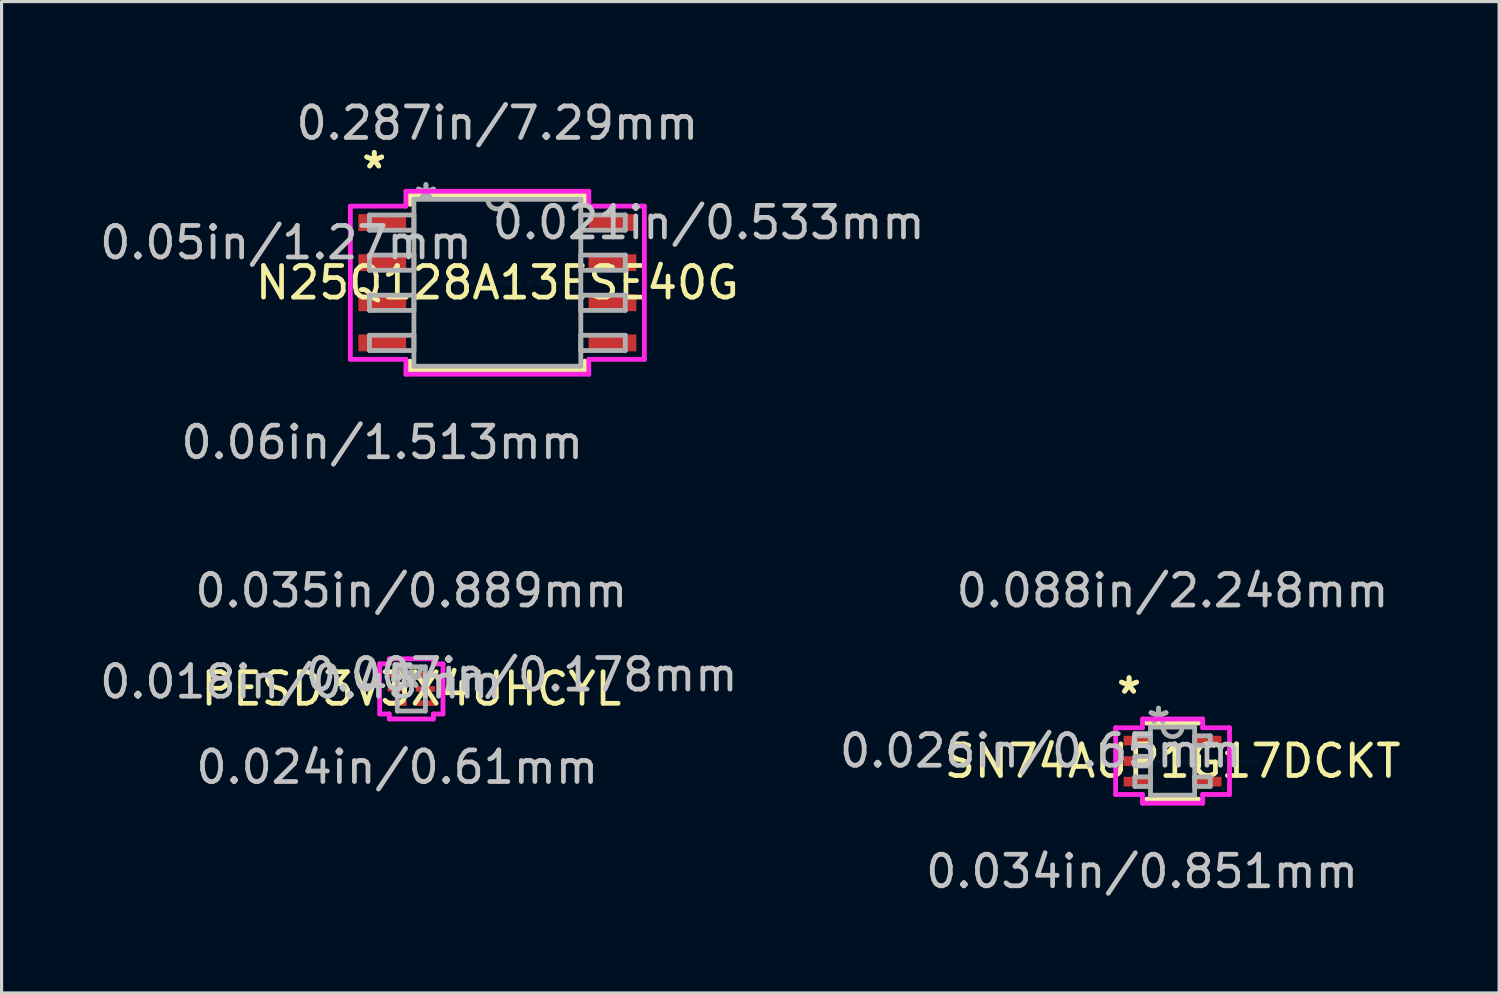
<source format=kicad_pcb>
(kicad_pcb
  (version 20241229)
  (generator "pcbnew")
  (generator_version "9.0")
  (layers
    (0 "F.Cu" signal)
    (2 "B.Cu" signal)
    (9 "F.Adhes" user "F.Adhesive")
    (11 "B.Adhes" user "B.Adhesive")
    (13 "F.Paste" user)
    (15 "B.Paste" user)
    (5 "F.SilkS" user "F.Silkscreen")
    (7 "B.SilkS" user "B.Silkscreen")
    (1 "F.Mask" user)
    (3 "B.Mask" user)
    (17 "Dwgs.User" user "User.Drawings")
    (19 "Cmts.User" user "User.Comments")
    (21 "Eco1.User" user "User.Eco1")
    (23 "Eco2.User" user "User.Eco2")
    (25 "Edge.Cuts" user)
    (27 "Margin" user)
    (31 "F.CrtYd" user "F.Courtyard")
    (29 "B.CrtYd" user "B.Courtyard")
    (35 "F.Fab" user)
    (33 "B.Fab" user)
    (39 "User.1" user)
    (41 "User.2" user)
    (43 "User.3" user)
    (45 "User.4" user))
  (footprint "PESD3V3X4UHCYL"
    (layer "F.Cu")
    (at 9.975 18.765)
    (property "Reference" "PESD3V3X4UHCYL" (at 0 0 0) (layer "F.SilkS") (effects (font (size 1 1) (thickness 0.15))))
    (attr through_hole)
    (fp_arc (start -1.0759 -0.5262) (mid -0.999948 -0.45614) (end -1.06366 -0.374789) (stroke (width 0.1524) (type solid)) (layer "F.SilkS"))
    (fp_line (start -1.003 -0.793) (end -0.699 -0.793) (stroke (width 0.152) (type solid)) (layer "F.CrtYd"))
    (fp_line (start -1.003 0.793) (end -1.003 -0.793) (stroke (width 0.152) (type solid)) (layer "F.CrtYd"))
    (fp_line (start -0.699 -0.953) (end 0.699 -0.953) (stroke (width 0.152) (type solid)) (layer "F.CrtYd"))
    (fp_line (start -0.699 -0.793) (end -0.699 -0.953) (stroke (width 0.152) (type solid)) (layer "F.CrtYd"))
    (fp_line (start -0.699 0.793) (end -1.003 0.793) (stroke (width 0.152) (type solid)) (layer "F.CrtYd"))
    (fp_line (start -0.699 0.953) (end -0.699 0.793) (stroke (width 0.152) (type solid)) (layer "F.CrtYd"))
    (fp_line (start 0.699 -0.953) (end 0.699 -0.793) (stroke (width 0.152) (type solid)) (layer "F.CrtYd"))
    (fp_line (start 0.699 -0.793) (end 1.003 -0.793) (stroke (width 0.152) (type solid)) (layer "F.CrtYd"))
    (fp_line (start 0.699 0.793) (end 0.699 0.953) (stroke (width 0.152) (type solid)) (layer "F.CrtYd"))
    (fp_line (start 0.699 0.953) (end -0.699 0.953) (stroke (width 0.152) (type solid)) (layer "F.CrtYd"))
    (fp_line (start 1.003 -0.793) (end 1.003 0.793) (stroke (width 0.152) (type solid)) (layer "F.CrtYd"))
    (fp_line (start 1.003 0.793) (end 0.699 0.793) (stroke (width 0.152) (type solid)) (layer "F.CrtYd"))
    (fp_line (start -0.445 -0.699) (end -0.445 0.699) (stroke (width 0.152) (type solid)) (layer "F.Fab"))
    (fp_line (start -0.445 0.699) (end 0.445 0.699) (stroke (width 0.152) (type solid)) (layer "F.Fab"))
    (fp_line (start 0.445 -0.699) (end -0.445 -0.699) (stroke (width 0.152) (type solid)) (layer "F.Fab"))
    (fp_line (start 0.445 0.699) (end 0.445 -0.699) (stroke (width 0.152) (type solid)) (layer "F.Fab"))
    (fp_arc (start 0.3048 -0.6985) (mid 0 -0.3937) (end -0.3048 -0.6985) (stroke (width 0.1524) (type solid)) (layer "F.Fab"))
    (fp_circle (center -0.14 -0.45) (end -0.14 -0.45) (stroke (width 0.152) (type solid)) (fill no) (layer "F.Fab"))
    (fp_text user "*" (at 0 0 0) (layer "F.SilkS") (effects (font (size 1 1) (thickness 0.15))))
    (fp_text user "0.007in/0.178mm" (at 3.493 -0.45 0) (layer "Dwgs.User") (effects (font (size 1 1) (thickness 0.15))))
    (fp_text user "0.018in/0.45mm" (at -3.493 -0.225 0) (layer "Dwgs.User") (effects (font (size 1 1) (thickness 0.15))))
    (fp_text user "0.035in/0.889mm" (at 0 -3.111 0) (layer "Dwgs.User") (effects (font (size 1 1) (thickness 0.15))))
    (fp_text user "0.024in/0.61mm" (at -0.445 2.477 0) (layer "Dwgs.User") (effects (font (size 1 1) (thickness 0.15))))
    (fp_text user "Copyright 2016 Accelerated Designs. All rights reserved." (at 0 0 0) (layer "Cmts.User") (effects (font (size 0.127 0.127) (thickness 0.002))))
    (fp_text user "*" (at 0 0 0) (layer "F.Fab") (effects (font (size 1 1) (thickness 0.15))))
    (pad "1" smd rect (at -0.445 -0.45) (size 0.61 0.178) (layers "F.Cu" "F.Mask" "F.Paste"))
    (pad "2" smd rect (at -0.445 0) (size 0.61 0.178) (layers "F.Cu" "F.Mask" "F.Paste"))
    (pad "3" smd rect (at -0.445 0.45) (size 0.61 0.178) (layers "F.Cu" "F.Mask" "F.Paste"))
    (pad "4" smd rect (at 0.445 0.45) (size 0.61 0.178) (layers "F.Cu" "F.Mask" "F.Paste"))
    (pad "5" smd rect (at 0.445 0) (size 0.61 0.178) (layers "F.Cu" "F.Mask" "F.Paste"))
    (pad "6" smd rect (at 0.445 -0.45) (size 0.61 0.178) (layers "F.Cu" "F.Mask" "F.Paste")))
  (footprint "SN74AUP1G17DCKT"
    (layer "F.Cu")
    (at 34.08 21.051)
    (property "Reference" "SN74AUP1G17DCKT" (at 0 0 0) (layer "F.SilkS") (effects (font (size 1 1) (thickness 0.15))))
    (attr through_hole)
    (fp_line (start -0.826 1.206) (end 0.826 1.206) (stroke (width 0.152) (type solid)) (layer "F.SilkS"))
    (fp_line (start 0.826 -1.206) (end -0.826 -1.206) (stroke (width 0.152) (type solid)) (layer "F.SilkS"))
    (fp_line (start 0.826 0.165) (end 0.826 -0.165) (stroke (width 0.152) (type solid)) (layer "F.SilkS"))
    (fp_line (start -1.803 -1.056) (end -0.953 -1.056) (stroke (width 0.152) (type solid)) (layer "F.CrtYd"))
    (fp_line (start -1.803 1.056) (end -1.803 -1.056) (stroke (width 0.152) (type solid)) (layer "F.CrtYd"))
    (fp_line (start -0.953 -1.333) (end 0.953 -1.333) (stroke (width 0.152) (type solid)) (layer "F.CrtYd"))
    (fp_line (start -0.953 -1.056) (end -0.953 -1.333) (stroke (width 0.152) (type solid)) (layer "F.CrtYd"))
    (fp_line (start -0.953 1.056) (end -1.803 1.056) (stroke (width 0.152) (type solid)) (layer "F.CrtYd"))
    (fp_line (start -0.953 1.333) (end -0.953 1.056) (stroke (width 0.152) (type solid)) (layer "F.CrtYd"))
    (fp_line (start 0.953 -1.333) (end 0.953 -1.056) (stroke (width 0.152) (type solid)) (layer "F.CrtYd"))
    (fp_line (start 0.953 -1.056) (end 1.803 -1.056) (stroke (width 0.152) (type solid)) (layer "F.CrtYd"))
    (fp_line (start 0.953 1.056) (end 0.953 1.333) (stroke (width 0.152) (type solid)) (layer "F.CrtYd"))
    (fp_line (start 0.953 1.333) (end -0.953 1.333) (stroke (width 0.152) (type solid)) (layer "F.CrtYd"))
    (fp_line (start 1.803 -1.056) (end 1.803 1.056) (stroke (width 0.152) (type solid)) (layer "F.CrtYd"))
    (fp_line (start 1.803 1.056) (end 0.953 1.056) (stroke (width 0.152) (type solid)) (layer "F.CrtYd"))
    (fp_line (start -1.194 -0.802) (end -1.194 -0.498) (stroke (width 0.152) (type solid)) (layer "F.Fab"))
    (fp_line (start -1.194 -0.498) (end -0.699 -0.498) (stroke (width 0.152) (type solid)) (layer "F.Fab"))
    (fp_line (start -1.194 -0.152) (end -1.194 0.152) (stroke (width 0.152) (type solid)) (layer "F.Fab"))
    (fp_line (start -1.194 0.152) (end -0.699 0.152) (stroke (width 0.152) (type solid)) (layer "F.Fab"))
    (fp_line (start -1.194 0.498) (end -1.194 0.802) (stroke (width 0.152) (type solid)) (layer "F.Fab"))
    (fp_line (start -1.194 0.802) (end -0.699 0.802) (stroke (width 0.152) (type solid)) (layer "F.Fab"))
    (fp_line (start -0.699 -1.079) (end -0.699 1.079) (stroke (width 0.152) (type solid)) (layer "F.Fab"))
    (fp_line (start -0.699 -0.802) (end -1.194 -0.802) (stroke (width 0.152) (type solid)) (layer "F.Fab"))
    (fp_line (start -0.699 -0.498) (end -0.699 -0.802) (stroke (width 0.152) (type solid)) (layer "F.Fab"))
    (fp_line (start -0.699 -0.152) (end -1.194 -0.152) (stroke (width 0.152) (type solid)) (layer "F.Fab"))
    (fp_line (start -0.699 0.152) (end -0.699 -0.152) (stroke (width 0.152) (type solid)) (layer "F.Fab"))
    (fp_line (start -0.699 0.498) (end -1.194 0.498) (stroke (width 0.152) (type solid)) (layer "F.Fab"))
    (fp_line (start -0.699 0.802) (end -0.699 0.498) (stroke (width 0.152) (type solid)) (layer "F.Fab"))
    (fp_line (start -0.699 1.079) (end 0.699 1.079) (stroke (width 0.152) (type solid)) (layer "F.Fab"))
    (fp_line (start 0.699 -1.079) (end -0.699 -1.079) (stroke (width 0.152) (type solid)) (layer "F.Fab"))
    (fp_line (start 0.699 -0.802) (end 0.699 -0.498) (stroke (width 0.152) (type solid)) (layer "F.Fab"))
    (fp_line (start 0.699 -0.498) (end 1.194 -0.498) (stroke (width 0.152) (type solid)) (layer "F.Fab"))
    (fp_line (start 0.699 0.498) (end 0.699 0.802) (stroke (width 0.152) (type solid)) (layer "F.Fab"))
    (fp_line (start 0.699 0.802) (end 1.194 0.802) (stroke (width 0.152) (type solid)) (layer "F.Fab"))
    (fp_line (start 0.699 1.079) (end 0.699 -1.079) (stroke (width 0.152) (type solid)) (layer "F.Fab"))
    (fp_line (start 1.194 -0.802) (end 0.699 -0.802) (stroke (width 0.152) (type solid)) (layer "F.Fab"))
    (fp_line (start 1.194 -0.498) (end 1.194 -0.802) (stroke (width 0.152) (type solid)) (layer "F.Fab"))
    (fp_line (start 1.194 0.498) (end 0.699 0.498) (stroke (width 0.152) (type solid)) (layer "F.Fab"))
    (fp_line (start 1.194 0.802) (end 1.194 0.498) (stroke (width 0.152) (type solid)) (layer "F.Fab"))
    (fp_arc (start 0.3048 -1.0795) (mid 0 -0.7747) (end -0.3048 -1.0795) (stroke (width 0.1524) (type solid)) (layer "F.Fab"))
    (fp_text user "*" (at -1.378 -2.098 0) (layer "F.SilkS") (effects (font (size 1 1) (thickness 0.15))))
    (fp_text user "*" (at -1.378 -2.098 0) (layer "F.SilkS") (effects (font (size 1 1) (thickness 0.15))))
    (fp_text user "0.088in/2.248mm" (at 0 -5.397 0) (layer "Dwgs.User") (effects (font (size 1 1) (thickness 0.15))))
    (fp_text user "0.026in/0.65mm" (at -4.172 -0.325 0) (layer "Dwgs.User") (effects (font (size 1 1) (thickness 0.15))))
    (fp_text user "0.034in/0.851mm" (at -0.965 3.493 0) (layer "Dwgs.User") (effects (font (size 1 1) (thickness 0.15))))
    (fp_text user "Copyright 2016 Accelerated Designs. All rights reserved." (at 0 0 0) (layer "Cmts.User") (effects (font (size 0.127 0.127) (thickness 0.002))))
    (fp_text user "*" (at -0.445 -1.133 0) (layer "F.Fab") (effects (font (size 1 1) (thickness 0.15))))
    (fp_text user "*" (at -0.445 -1.133 0) (layer "F.Fab") (effects (font (size 1 1) (thickness 0.15))))
    (pad "1" smd rect (at -1.124 -0.65) (size 0.851 0.305) (layers "F.Cu" "F.Mask" "F.Paste"))
    (pad "2" smd rect (at -1.124 0) (size 0.851 0.305) (layers "F.Cu" "F.Mask" "F.Paste"))
    (pad "3" smd rect (at -1.124 0.65) (size 0.851 0.305) (layers "F.Cu" "F.Mask" "F.Paste"))
    (pad "4" smd rect (at 1.124 0.65) (size 0.851 0.305) (layers "F.Cu" "F.Mask" "F.Paste"))
    (pad "5" smd rect (at 1.124 -0.65) (size 0.851 0.305) (layers "F.Cu" "F.Mask" "F.Paste")))
  (footprint "N25Q128A13ESE40G"
    (layer "F.Cu")
    (at 12.699 5.903)
    (property "Reference" "N25Q128A13ESE40G" (at 0 0 0) (layer "F.SilkS") (effects (font (size 1 1) (thickness 0.15))))
    (attr through_hole)
    (fp_line (start -2.769 -2.769) (end -2.769 -2.482) (stroke (width 0.152) (type solid)) (layer "F.SilkS"))
    (fp_line (start -2.769 2.482) (end -2.769 2.769) (stroke (width 0.152) (type solid)) (layer "F.SilkS"))
    (fp_line (start -2.769 2.769) (end 2.769 2.769) (stroke (width 0.152) (type solid)) (layer "F.SilkS"))
    (fp_line (start 2.769 -2.769) (end -2.769 -2.769) (stroke (width 0.152) (type solid)) (layer "F.SilkS"))
    (fp_line (start 2.769 -2.482) (end 2.769 -2.769) (stroke (width 0.152) (type solid)) (layer "F.SilkS"))
    (fp_line (start 2.769 2.769) (end 2.769 2.482) (stroke (width 0.152) (type solid)) (layer "F.SilkS"))
    (fp_line (start -4.655 -2.425) (end -2.896 -2.425) (stroke (width 0.152) (type solid)) (layer "F.CrtYd"))
    (fp_line (start -4.655 2.425) (end -4.655 -2.425) (stroke (width 0.152) (type solid)) (layer "F.CrtYd"))
    (fp_line (start -2.896 -2.896) (end 2.896 -2.896) (stroke (width 0.152) (type solid)) (layer "F.CrtYd"))
    (fp_line (start -2.896 -2.425) (end -2.896 -2.896) (stroke (width 0.152) (type solid)) (layer "F.CrtYd"))
    (fp_line (start -2.896 2.425) (end -4.655 2.425) (stroke (width 0.152) (type solid)) (layer "F.CrtYd"))
    (fp_line (start -2.896 2.896) (end -2.896 2.425) (stroke (width 0.152) (type solid)) (layer "F.CrtYd"))
    (fp_line (start 2.896 -2.896) (end 2.896 -2.425) (stroke (width 0.152) (type solid)) (layer "F.CrtYd"))
    (fp_line (start 2.896 -2.425) (end 4.655 -2.425) (stroke (width 0.152) (type solid)) (layer "F.CrtYd"))
    (fp_line (start 2.896 2.425) (end 2.896 2.896) (stroke (width 0.152) (type solid)) (layer "F.CrtYd"))
    (fp_line (start 2.896 2.896) (end -2.896 2.896) (stroke (width 0.152) (type solid)) (layer "F.CrtYd"))
    (fp_line (start 4.655 -2.425) (end 4.655 2.425) (stroke (width 0.152) (type solid)) (layer "F.CrtYd"))
    (fp_line (start 4.655 2.425) (end 2.896 2.425) (stroke (width 0.152) (type solid)) (layer "F.CrtYd"))
    (fp_line (start -4.051 -2.146) (end -4.051 -1.664) (stroke (width 0.152) (type solid)) (layer "F.Fab"))
    (fp_line (start -4.051 -1.664) (end -2.642 -1.664) (stroke (width 0.152) (type solid)) (layer "F.Fab"))
    (fp_line (start -4.051 -0.876) (end -4.051 -0.394) (stroke (width 0.152) (type solid)) (layer "F.Fab"))
    (fp_line (start -4.051 -0.394) (end -2.642 -0.394) (stroke (width 0.152) (type solid)) (layer "F.Fab"))
    (fp_line (start -4.051 0.394) (end -4.051 0.876) (stroke (width 0.152) (type solid)) (layer "F.Fab"))
    (fp_line (start -4.051 0.876) (end -2.642 0.876) (stroke (width 0.152) (type solid)) (layer "F.Fab"))
    (fp_line (start -4.051 1.664) (end -4.051 2.146) (stroke (width 0.152) (type solid)) (layer "F.Fab"))
    (fp_line (start -4.051 2.146) (end -2.642 2.146) (stroke (width 0.152) (type solid)) (layer "F.Fab"))
    (fp_line (start -2.642 -2.642) (end -2.642 2.642) (stroke (width 0.152) (type solid)) (layer "F.Fab"))
    (fp_line (start -2.642 -2.146) (end -4.051 -2.146) (stroke (width 0.152) (type solid)) (layer "F.Fab"))
    (fp_line (start -2.642 -1.664) (end -2.642 -2.146) (stroke (width 0.152) (type solid)) (layer "F.Fab"))
    (fp_line (start -2.642 -0.876) (end -4.051 -0.876) (stroke (width 0.152) (type solid)) (layer "F.Fab"))
    (fp_line (start -2.642 -0.394) (end -2.642 -0.876) (stroke (width 0.152) (type solid)) (layer "F.Fab"))
    (fp_line (start -2.642 0.394) (end -4.051 0.394) (stroke (width 0.152) (type solid)) (layer "F.Fab"))
    (fp_line (start -2.642 0.876) (end -2.642 0.394) (stroke (width 0.152) (type solid)) (layer "F.Fab"))
    (fp_line (start -2.642 1.664) (end -4.051 1.664) (stroke (width 0.152) (type solid)) (layer "F.Fab"))
    (fp_line (start -2.642 2.146) (end -2.642 1.664) (stroke (width 0.152) (type solid)) (layer "F.Fab"))
    (fp_line (start -2.642 2.642) (end 2.642 2.642) (stroke (width 0.152) (type solid)) (layer "F.Fab"))
    (fp_line (start 2.642 -2.642) (end -2.642 -2.642) (stroke (width 0.152) (type solid)) (layer "F.Fab"))
    (fp_line (start 2.642 -2.146) (end 2.642 -1.664) (stroke (width 0.152) (type solid)) (layer "F.Fab"))
    (fp_line (start 2.642 -1.664) (end 4.051 -1.664) (stroke (width 0.152) (type solid)) (layer "F.Fab"))
    (fp_line (start 2.642 -0.876) (end 2.642 -0.394) (stroke (width 0.152) (type solid)) (layer "F.Fab"))
    (fp_line (start 2.642 -0.394) (end 4.051 -0.394) (stroke (width 0.152) (type solid)) (layer "F.Fab"))
    (fp_line (start 2.642 0.394) (end 2.642 0.876) (stroke (width 0.152) (type solid)) (layer "F.Fab"))
    (fp_line (start 2.642 0.876) (end 4.051 0.876) (stroke (width 0.152) (type solid)) (layer "F.Fab"))
    (fp_line (start 2.642 1.664) (end 2.642 2.146) (stroke (width 0.152) (type solid)) (layer "F.Fab"))
    (fp_line (start 2.642 2.146) (end 4.051 2.146) (stroke (width 0.152) (type solid)) (layer "F.Fab"))
    (fp_line (start 2.642 2.642) (end 2.642 -2.642) (stroke (width 0.152) (type solid)) (layer "F.Fab"))
    (fp_line (start 4.051 -2.146) (end 2.642 -2.146) (stroke (width 0.152) (type solid)) (layer "F.Fab"))
    (fp_line (start 4.051 -1.664) (end 4.051 -2.146) (stroke (width 0.152) (type solid)) (layer "F.Fab"))
    (fp_line (start 4.051 -0.876) (end 2.642 -0.876) (stroke (width 0.152) (type solid)) (layer "F.Fab"))
    (fp_line (start 4.051 -0.394) (end 4.051 -0.876) (stroke (width 0.152) (type solid)) (layer "F.Fab"))
    (fp_line (start 4.051 0.394) (end 2.642 0.394) (stroke (width 0.152) (type solid)) (layer "F.Fab"))
    (fp_line (start 4.051 0.876) (end 4.051 0.394) (stroke (width 0.152) (type solid)) (layer "F.Fab"))
    (fp_line (start 4.051 1.664) (end 2.642 1.664) (stroke (width 0.152) (type solid)) (layer "F.Fab"))
    (fp_line (start 4.051 2.146) (end 4.051 1.664) (stroke (width 0.152) (type solid)) (layer "F.Fab"))
    (fp_arc (start 0.3048 -2.6416) (mid 0 -2.3368) (end -0.3048 -2.6416) (stroke (width 0.1524) (type solid)) (layer "F.Fab"))
    (fp_text user "*" (at -3.899 -3.581 0) (layer "F.SilkS") (effects (font (size 1 1) (thickness 0.15))))
    (fp_text user "*" (at -3.899 -3.581 0) (layer "F.SilkS") (effects (font (size 1 1) (thickness 0.15))))
    (fp_text user "0.06in/1.513mm" (at -3.645 5.055 0) (layer "Dwgs.User") (effects (font (size 1 1) (thickness 0.15))))
    (fp_text user "0.05in/1.27mm" (at -6.693 -1.27 0) (layer "Dwgs.User") (effects (font (size 1 1) (thickness 0.15))))
    (fp_text user "0.021in/0.533mm" (at 6.693 -1.905 0) (layer "Dwgs.User") (effects (font (size 1 1) (thickness 0.15))))
    (fp_text user "0.287in/7.29mm" (at 0 -5.055 0) (layer "Dwgs.User") (effects (font (size 1 1) (thickness 0.15))))
    (fp_text user "Copyright 2016 Accelerated Designs. All rights reserved." (at 0 0 0) (layer "Cmts.User") (effects (font (size 0.127 0.127) (thickness 0.002))))
    (fp_text user "*" (at -2.261 -2.565 0) (layer "F.Fab") (effects (font (size 1 1) (thickness 0.15))))
    (fp_text user "*" (at -2.261 -2.565 0) (layer "F.Fab") (effects (font (size 1 1) (thickness 0.15))))
    (pad "1" smd rect (at -3.645 -1.905) (size 1.513 0.533) (layers "F.Cu" "F.Mask" "F.Paste"))
    (pad "2" smd rect (at -3.645 -0.635) (size 1.513 0.533) (layers "F.Cu" "F.Mask" "F.Paste"))
    (pad "3" smd rect (at -3.645 0.635) (size 1.513 0.533) (layers "F.Cu" "F.Mask" "F.Paste"))
    (pad "4" smd rect (at -3.645 1.905) (size 1.513 0.533) (layers "F.Cu" "F.Mask" "F.Paste"))
    (pad "5" smd rect (at 3.645 1.905) (size 1.513 0.533) (layers "F.Cu" "F.Mask" "F.Paste"))
    (pad "6" smd rect (at 3.645 0.635) (size 1.513 0.533) (layers "F.Cu" "F.Mask" "F.Paste"))
    (pad "7" smd rect (at 3.645 -0.635) (size 1.513 0.533) (layers "F.Cu" "F.Mask" "F.Paste"))
    (pad "8" smd rect (at 3.645 -1.905) (size 1.513 0.533) (layers "F.Cu" "F.Mask" "F.Paste")))
  (gr_rect
    (start -3 -3)
    (end 44.419 28.392)
    (stroke (width 0.1) (type default))
    (fill no)
    (layer "Edge.Cuts")))
</source>
